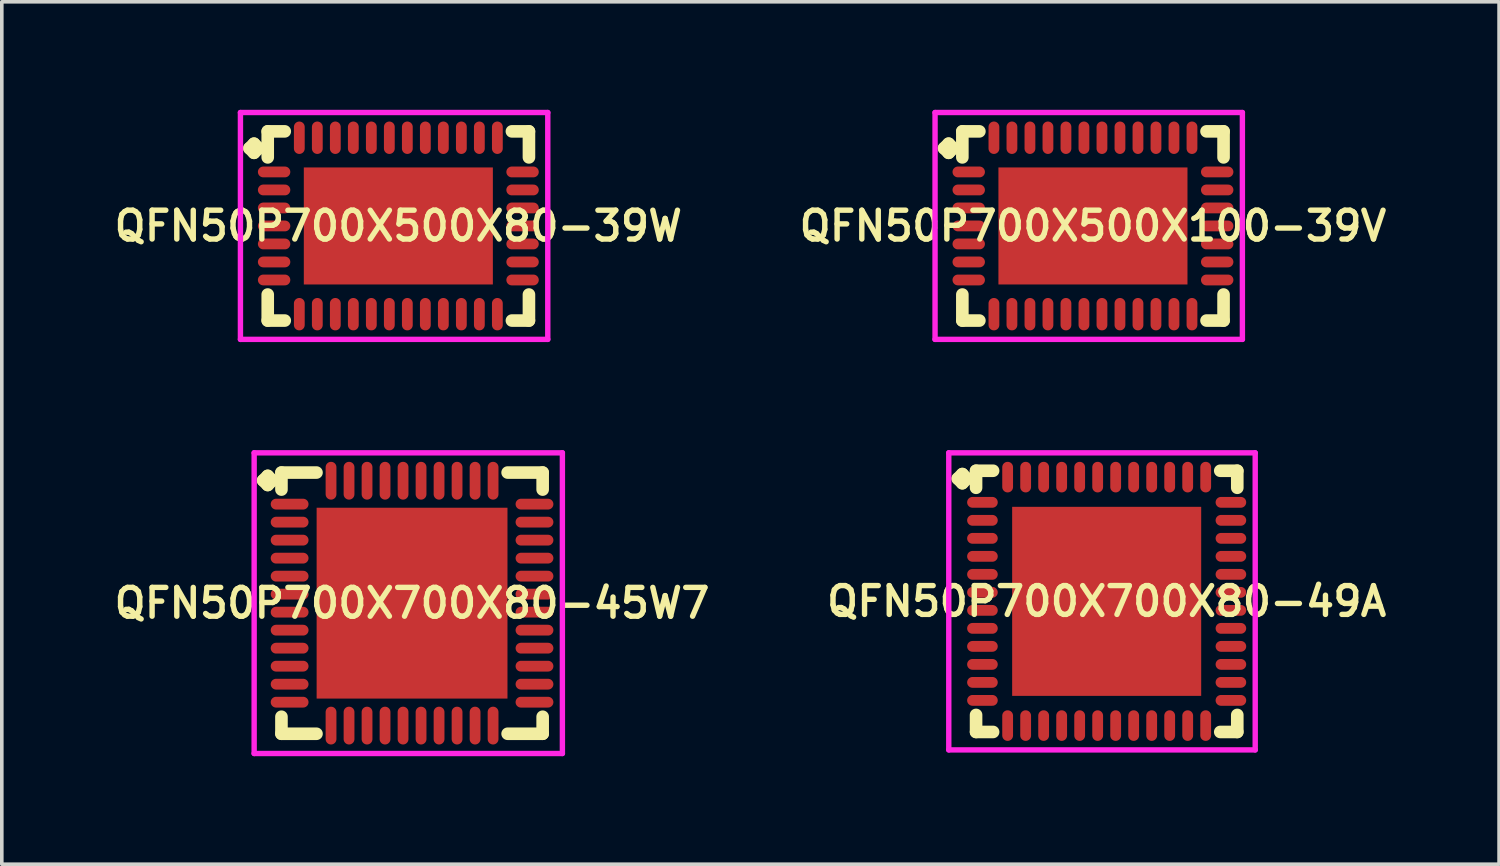
<source format=kicad_pcb>
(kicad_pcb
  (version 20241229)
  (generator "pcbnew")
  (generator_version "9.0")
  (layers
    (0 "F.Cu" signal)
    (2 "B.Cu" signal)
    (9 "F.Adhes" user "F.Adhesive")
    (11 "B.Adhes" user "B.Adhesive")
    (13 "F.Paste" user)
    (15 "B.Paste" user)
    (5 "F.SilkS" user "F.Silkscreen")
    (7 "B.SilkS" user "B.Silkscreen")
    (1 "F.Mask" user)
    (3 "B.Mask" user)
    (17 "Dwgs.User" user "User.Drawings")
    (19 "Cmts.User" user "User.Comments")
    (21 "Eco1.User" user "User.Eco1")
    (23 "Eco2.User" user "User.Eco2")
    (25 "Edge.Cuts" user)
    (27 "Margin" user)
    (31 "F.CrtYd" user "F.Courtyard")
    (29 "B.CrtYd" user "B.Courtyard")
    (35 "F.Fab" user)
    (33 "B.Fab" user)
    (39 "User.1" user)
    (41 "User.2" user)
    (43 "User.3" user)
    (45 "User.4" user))
  (footprint "QFN50P700X700X80-45W7"
    (layer "F.Cu")
    (at 8.393 13.7)
    (property "Reference" "QFN50P700X700X80-45W7" (at 0 0 0) (layer "F.SilkS") (effects (font (size 0.8 0.8) (thickness 0.15))))
    (attr smd)
    (fp_line (start -4.135 -3.408) (end -4.008 -3.535) (stroke (width 0.35) (type solid)) (layer "F.SilkS"))
    (fp_line (start -4.008 -3.535) (end -3.881 -3.408) (stroke (width 0.35) (type solid)) (layer "F.SilkS"))
    (fp_line (start -4.008 -3.281) (end -4.135 -3.408) (stroke (width 0.35) (type solid)) (layer "F.SilkS"))
    (fp_line (start -3.881 -3.408) (end -4.008 -3.281) (stroke (width 0.35) (type solid)) (layer "F.SilkS"))
    (fp_line (start -3.627 -3.627) (end -2.654 -3.627) (stroke (width 0.35) (type solid)) (layer "F.SilkS"))
    (fp_line (start -3.627 -3.154) (end -3.627 -3.627) (stroke (width 0.35) (type solid)) (layer "F.SilkS"))
    (fp_line (start -3.627 3.154) (end -3.627 3.627) (stroke (width 0.35) (type solid)) (layer "F.SilkS"))
    (fp_line (start -3.627 3.627) (end -2.654 3.627) (stroke (width 0.35) (type solid)) (layer "F.SilkS"))
    (fp_line (start 2.654 -3.627) (end 3.627 -3.627) (stroke (width 0.35) (type solid)) (layer "F.SilkS"))
    (fp_line (start 2.654 3.627) (end 3.627 3.627) (stroke (width 0.35) (type solid)) (layer "F.SilkS"))
    (fp_line (start 3.627 -3.627) (end 3.627 -3.154) (stroke (width 0.35) (type solid)) (layer "F.SilkS"))
    (fp_line (start 3.627 3.627) (end 3.627 3.154) (stroke (width 0.35) (type solid)) (layer "F.SilkS"))
    (fp_line (start -4.385 -4.175) (end 4.175 -4.175) (stroke (width 0.15) (type solid)) (layer "F.CrtYd"))
    (fp_line (start -4.385 4.175) (end -4.385 -4.175) (stroke (width 0.15) (type solid)) (layer "F.CrtYd"))
    (fp_line (start 4.175 -4.175) (end 4.175 4.175) (stroke (width 0.15) (type solid)) (layer "F.CrtYd"))
    (fp_line (start 4.175 4.175) (end -4.385 4.175) (stroke (width 0.15) (type solid)) (layer "F.CrtYd"))
    (pad "1" smd oval (at -3.4 -2.75) (size 1.05 0.3) (layers "F.Cu" "F.Mask" "F.Paste"))
    (pad "2" smd oval (at -3.4 -2.25) (size 1.05 0.3) (layers "F.Cu" "F.Mask" "F.Paste"))
    (pad "3" smd oval (at -3.4 -1.75) (size 1.05 0.3) (layers "F.Cu" "F.Mask" "F.Paste"))
    (pad "4" smd oval (at -3.4 -1.25) (size 1.05 0.3) (layers "F.Cu" "F.Mask" "F.Paste"))
    (pad "5" smd oval (at -3.4 -0.75) (size 1.05 0.3) (layers "F.Cu" "F.Mask" "F.Paste"))
    (pad "6" smd oval (at -3.4 -0.25) (size 1.05 0.3) (layers "F.Cu" "F.Mask" "F.Paste"))
    (pad "7" smd oval (at -3.4 0.25) (size 1.05 0.3) (layers "F.Cu" "F.Mask" "F.Paste"))
    (pad "8" smd oval (at -3.4 0.75) (size 1.05 0.3) (layers "F.Cu" "F.Mask" "F.Paste"))
    (pad "9" smd oval (at -3.4 1.25) (size 1.05 0.3) (layers "F.Cu" "F.Mask" "F.Paste"))
    (pad "10" smd oval (at -3.4 1.75) (size 1.05 0.3) (layers "F.Cu" "F.Mask" "F.Paste"))
    (pad "11" smd oval (at -3.4 2.25) (size 1.05 0.3) (layers "F.Cu" "F.Mask" "F.Paste"))
    (pad "12" smd oval (at -3.4 2.75) (size 1.05 0.3) (layers "F.Cu" "F.Mask" "F.Paste"))
    (pad "13" smd oval (at -2.25 3.4) (size 0.3 1.05) (layers "F.Cu" "F.Mask" "F.Paste"))
    (pad "14" smd oval (at -1.75 3.4) (size 0.3 1.05) (layers "F.Cu" "F.Mask" "F.Paste"))
    (pad "15" smd oval (at -1.25 3.4) (size 0.3 1.05) (layers "F.Cu" "F.Mask" "F.Paste"))
    (pad "16" smd oval (at -0.75 3.4) (size 0.3 1.05) (layers "F.Cu" "F.Mask" "F.Paste"))
    (pad "17" smd oval (at -0.25 3.4) (size 0.3 1.05) (layers "F.Cu" "F.Mask" "F.Paste"))
    (pad "18" smd oval (at 0.25 3.4) (size 0.3 1.05) (layers "F.Cu" "F.Mask" "F.Paste"))
    (pad "19" smd oval (at 0.75 3.4) (size 0.3 1.05) (layers "F.Cu" "F.Mask" "F.Paste"))
    (pad "20" smd oval (at 1.25 3.4) (size 0.3 1.05) (layers "F.Cu" "F.Mask" "F.Paste"))
    (pad "21" smd oval (at 1.75 3.4) (size 0.3 1.05) (layers "F.Cu" "F.Mask" "F.Paste"))
    (pad "22" smd oval (at 2.25 3.4) (size 0.3 1.05) (layers "F.Cu" "F.Mask" "F.Paste"))
    (pad "23" smd oval (at 3.4 2.75) (size 1.05 0.3) (layers "F.Cu" "F.Mask" "F.Paste"))
    (pad "24" smd oval (at 3.4 2.25) (size 1.05 0.3) (layers "F.Cu" "F.Mask" "F.Paste"))
    (pad "25" smd oval (at 3.4 1.75) (size 1.05 0.3) (layers "F.Cu" "F.Mask" "F.Paste"))
    (pad "26" smd oval (at 3.4 1.25) (size 1.05 0.3) (layers "F.Cu" "F.Mask" "F.Paste"))
    (pad "27" smd oval (at 3.4 0.75) (size 1.05 0.3) (layers "F.Cu" "F.Mask" "F.Paste"))
    (pad "28" smd oval (at 3.4 0.25) (size 1.05 0.3) (layers "F.Cu" "F.Mask" "F.Paste"))
    (pad "29" smd oval (at 3.4 -0.25) (size 1.05 0.3) (layers "F.Cu" "F.Mask" "F.Paste"))
    (pad "30" smd oval (at 3.4 -0.75) (size 1.05 0.3) (layers "F.Cu" "F.Mask" "F.Paste"))
    (pad "31" smd oval (at 3.4 -1.25) (size 1.05 0.3) (layers "F.Cu" "F.Mask" "F.Paste"))
    (pad "32" smd oval (at 3.4 -1.75) (size 1.05 0.3) (layers "F.Cu" "F.Mask" "F.Paste"))
    (pad "33" smd oval (at 3.4 -2.25) (size 1.05 0.3) (layers "F.Cu" "F.Mask" "F.Paste"))
    (pad "34" smd oval (at 3.4 -2.75) (size 1.05 0.3) (layers "F.Cu" "F.Mask" "F.Paste"))
    (pad "35" smd oval (at 2.25 -3.4) (size 0.3 1.05) (layers "F.Cu" "F.Mask" "F.Paste"))
    (pad "36" smd oval (at 1.75 -3.4) (size 0.3 1.05) (layers "F.Cu" "F.Mask" "F.Paste"))
    (pad "37" smd oval (at 1.25 -3.4) (size 0.3 1.05) (layers "F.Cu" "F.Mask" "F.Paste"))
    (pad "38" smd oval (at 0.75 -3.4) (size 0.3 1.05) (layers "F.Cu" "F.Mask" "F.Paste"))
    (pad "39" smd oval (at 0.25 -3.4) (size 0.3 1.05) (layers "F.Cu" "F.Mask" "F.Paste"))
    (pad "40" smd oval (at -0.25 -3.4) (size 0.3 1.05) (layers "F.Cu" "F.Mask" "F.Paste"))
    (pad "41" smd oval (at -0.75 -3.4) (size 0.3 1.05) (layers "F.Cu" "F.Mask" "F.Paste"))
    (pad "42" smd oval (at -1.25 -3.4) (size 0.3 1.05) (layers "F.Cu" "F.Mask" "F.Paste"))
    (pad "43" smd oval (at -1.75 -3.4) (size 0.3 1.05) (layers "F.Cu" "F.Mask" "F.Paste"))
    (pad "44" smd oval (at -2.25 -3.4) (size 0.3 1.05) (layers "F.Cu" "F.Mask" "F.Paste"))
    (pad "45" smd rect (at 0 0) (size 5.3 5.3) (layers "F.Cu" "F.Mask" "F.Paste")))
  (footprint "QFN50P700X500X80-39W"
    (layer "F.Cu")
    (at 8.012 3.225)
    (property "Reference" "QFN50P700X500X80-39W" (at 0 0 0) (layer "F.SilkS") (effects (font (size 0.8 0.8) (thickness 0.15))))
    (attr through_hole)
    (fp_line (start -4.135 -2.158) (end -4.008 -2.285) (stroke (width 0.35) (type solid)) (layer "F.SilkS"))
    (fp_line (start -4.008 -2.285) (end -3.881 -2.158) (stroke (width 0.35) (type solid)) (layer "F.SilkS"))
    (fp_line (start -4.008 -2.031) (end -4.135 -2.158) (stroke (width 0.35) (type solid)) (layer "F.SilkS"))
    (fp_line (start -3.881 -2.158) (end -4.008 -2.031) (stroke (width 0.35) (type solid)) (layer "F.SilkS"))
    (fp_line (start -3.627 -2.627) (end -3.154 -2.627) (stroke (width 0.35) (type solid)) (layer "F.SilkS"))
    (fp_line (start -3.627 -1.904) (end -3.627 -2.627) (stroke (width 0.35) (type solid)) (layer "F.SilkS"))
    (fp_line (start -3.627 1.904) (end -3.627 2.627) (stroke (width 0.35) (type solid)) (layer "F.SilkS"))
    (fp_line (start -3.627 2.627) (end -3.154 2.627) (stroke (width 0.35) (type solid)) (layer "F.SilkS"))
    (fp_line (start 3.154 -2.627) (end 3.627 -2.627) (stroke (width 0.35) (type solid)) (layer "F.SilkS"))
    (fp_line (start 3.154 2.627) (end 3.627 2.627) (stroke (width 0.35) (type solid)) (layer "F.SilkS"))
    (fp_line (start 3.627 -2.627) (end 3.627 -1.904) (stroke (width 0.35) (type solid)) (layer "F.SilkS"))
    (fp_line (start 3.627 2.627) (end 3.627 1.904) (stroke (width 0.35) (type solid)) (layer "F.SilkS"))
    (fp_line (start -4.385 -3.15) (end 4.15 -3.15) (stroke (width 0.15) (type solid)) (layer "F.CrtYd"))
    (fp_line (start -4.385 3.15) (end -4.385 -3.15) (stroke (width 0.15) (type solid)) (layer "F.CrtYd"))
    (fp_line (start 4.15 -3.15) (end 4.15 3.15) (stroke (width 0.15) (type solid)) (layer "F.CrtYd"))
    (fp_line (start 4.15 3.15) (end -4.385 3.15) (stroke (width 0.15) (type solid)) (layer "F.CrtYd"))
    (pad "1" smd oval (at -3.45 -1.5) (size 0.9 0.3) (layers "F.Cu" "F.Mask" "F.Paste"))
    (pad "2" smd oval (at -3.45 -1) (size 0.9 0.3) (layers "F.Cu" "F.Mask" "F.Paste"))
    (pad "3" smd oval (at -3.45 -0.5) (size 0.9 0.3) (layers "F.Cu" "F.Mask" "F.Paste"))
    (pad "4" smd oval (at -3.45 0) (size 0.9 0.3) (layers "F.Cu" "F.Mask" "F.Paste"))
    (pad "5" smd oval (at -3.45 0.5) (size 0.9 0.3) (layers "F.Cu" "F.Mask" "F.Paste"))
    (pad "6" smd oval (at -3.45 1) (size 0.9 0.3) (layers "F.Cu" "F.Mask" "F.Paste"))
    (pad "7" smd oval (at -3.45 1.5) (size 0.9 0.3) (layers "F.Cu" "F.Mask" "F.Paste"))
    (pad "8" smd oval (at -2.75 2.45) (size 0.3 0.9) (layers "F.Cu" "F.Mask" "F.Paste"))
    (pad "9" smd oval (at -2.25 2.45) (size 0.3 0.9) (layers "F.Cu" "F.Mask" "F.Paste"))
    (pad "10" smd oval (at -1.75 2.45) (size 0.3 0.9) (layers "F.Cu" "F.Mask" "F.Paste"))
    (pad "11" smd oval (at -1.25 2.45) (size 0.3 0.9) (layers "F.Cu" "F.Mask" "F.Paste"))
    (pad "12" smd oval (at -0.75 2.45) (size 0.3 0.9) (layers "F.Cu" "F.Mask" "F.Paste"))
    (pad "13" smd oval (at -0.25 2.45) (size 0.3 0.9) (layers "F.Cu" "F.Mask" "F.Paste"))
    (pad "14" smd oval (at 0.25 2.45) (size 0.3 0.9) (layers "F.Cu" "F.Mask" "F.Paste"))
    (pad "15" smd oval (at 0.75 2.45) (size 0.3 0.9) (layers "F.Cu" "F.Mask" "F.Paste"))
    (pad "16" smd oval (at 1.25 2.45) (size 0.3 0.9) (layers "F.Cu" "F.Mask" "F.Paste"))
    (pad "17" smd oval (at 1.75 2.45) (size 0.3 0.9) (layers "F.Cu" "F.Mask" "F.Paste"))
    (pad "18" smd oval (at 2.25 2.45) (size 0.3 0.9) (layers "F.Cu" "F.Mask" "F.Paste"))
    (pad "19" smd oval (at 2.75 2.45) (size 0.3 0.9) (layers "F.Cu" "F.Mask" "F.Paste"))
    (pad "20" smd oval (at 3.45 1.5) (size 0.9 0.3) (layers "F.Cu" "F.Mask" "F.Paste"))
    (pad "21" smd oval (at 3.45 1) (size 0.9 0.3) (layers "F.Cu" "F.Mask" "F.Paste"))
    (pad "22" smd oval (at 3.45 0.5) (size 0.9 0.3) (layers "F.Cu" "F.Mask" "F.Paste"))
    (pad "23" smd oval (at 3.45 0) (size 0.9 0.3) (layers "F.Cu" "F.Mask" "F.Paste"))
    (pad "24" smd oval (at 3.45 -0.5) (size 0.9 0.3) (layers "F.Cu" "F.Mask" "F.Paste"))
    (pad "25" smd oval (at 3.45 -1) (size 0.9 0.3) (layers "F.Cu" "F.Mask" "F.Paste"))
    (pad "26" smd oval (at 3.45 -1.5) (size 0.9 0.3) (layers "F.Cu" "F.Mask" "F.Paste"))
    (pad "27" smd oval (at 2.75 -2.45) (size 0.3 0.9) (layers "F.Cu" "F.Mask" "F.Paste"))
    (pad "28" smd oval (at 2.25 -2.45) (size 0.3 0.9) (layers "F.Cu" "F.Mask" "F.Paste"))
    (pad "29" smd oval (at 1.75 -2.45) (size 0.3 0.9) (layers "F.Cu" "F.Mask" "F.Paste"))
    (pad "30" smd oval (at 1.25 -2.45) (size 0.3 0.9) (layers "F.Cu" "F.Mask" "F.Paste"))
    (pad "31" smd oval (at 0.75 -2.45) (size 0.3 0.9) (layers "F.Cu" "F.Mask" "F.Paste"))
    (pad "32" smd oval (at 0.25 -2.45) (size 0.3 0.9) (layers "F.Cu" "F.Mask" "F.Paste"))
    (pad "33" smd oval (at -0.25 -2.45) (size 0.3 0.9) (layers "F.Cu" "F.Mask" "F.Paste"))
    (pad "34" smd oval (at -0.75 -2.45) (size 0.3 0.9) (layers "F.Cu" "F.Mask" "F.Paste"))
    (pad "35" smd oval (at -1.25 -2.45) (size 0.3 0.9) (layers "F.Cu" "F.Mask" "F.Paste"))
    (pad "36" smd oval (at -1.75 -2.45) (size 0.3 0.9) (layers "F.Cu" "F.Mask" "F.Paste"))
    (pad "37" smd oval (at -2.25 -2.45) (size 0.3 0.9) (layers "F.Cu" "F.Mask" "F.Paste"))
    (pad "38" smd oval (at -2.75 -2.45) (size 0.3 0.9) (layers "F.Cu" "F.Mask" "F.Paste"))
    (pad "39" smd rect (at 0 0) (size 5.25 3.25) (layers "F.Cu" "F.Mask" "F.Paste")))
  (footprint "QFN50P700X500X100-39V"
    (layer "F.Cu")
    (at 27.302 3.225)
    (property "Reference" "QFN50P700X500X100-39V" (at 0 0 0) (layer "F.SilkS") (effects (font (size 0.8 0.8) (thickness 0.15))))
    (attr smd)
    (fp_line (start -4.135 -2.158) (end -4.008 -2.285) (stroke (width 0.35) (type solid)) (layer "F.SilkS"))
    (fp_line (start -4.008 -2.285) (end -3.881 -2.158) (stroke (width 0.35) (type solid)) (layer "F.SilkS"))
    (fp_line (start -4.008 -2.031) (end -4.135 -2.158) (stroke (width 0.35) (type solid)) (layer "F.SilkS"))
    (fp_line (start -3.881 -2.158) (end -4.008 -2.031) (stroke (width 0.35) (type solid)) (layer "F.SilkS"))
    (fp_line (start -3.627 -2.627) (end -3.154 -2.627) (stroke (width 0.35) (type solid)) (layer "F.SilkS"))
    (fp_line (start -3.627 -1.904) (end -3.627 -2.627) (stroke (width 0.35) (type solid)) (layer "F.SilkS"))
    (fp_line (start -3.627 1.904) (end -3.627 2.627) (stroke (width 0.35) (type solid)) (layer "F.SilkS"))
    (fp_line (start -3.627 2.627) (end -3.154 2.627) (stroke (width 0.35) (type solid)) (layer "F.SilkS"))
    (fp_line (start 3.154 -2.627) (end 3.627 -2.627) (stroke (width 0.35) (type solid)) (layer "F.SilkS"))
    (fp_line (start 3.154 2.627) (end 3.627 2.627) (stroke (width 0.35) (type solid)) (layer "F.SilkS"))
    (fp_line (start 3.627 -2.627) (end 3.627 -1.904) (stroke (width 0.35) (type solid)) (layer "F.SilkS"))
    (fp_line (start 3.627 2.627) (end 3.627 1.904) (stroke (width 0.35) (type solid)) (layer "F.SilkS"))
    (fp_line (start -4.385 -3.15) (end 4.15 -3.15) (stroke (width 0.15) (type solid)) (layer "F.CrtYd"))
    (fp_line (start -4.385 3.15) (end -4.385 -3.15) (stroke (width 0.15) (type solid)) (layer "F.CrtYd"))
    (fp_line (start 4.15 -3.15) (end 4.15 3.15) (stroke (width 0.15) (type solid)) (layer "F.CrtYd"))
    (fp_line (start 4.15 3.15) (end -4.385 3.15) (stroke (width 0.15) (type solid)) (layer "F.CrtYd"))
    (pad "1" smd oval (at -3.45 -1.5) (size 0.9 0.3) (layers "F.Cu" "F.Mask" "F.Paste"))
    (pad "2" smd oval (at -3.45 -1) (size 0.9 0.3) (layers "F.Cu" "F.Mask" "F.Paste"))
    (pad "3" smd oval (at -3.45 -0.5) (size 0.9 0.3) (layers "F.Cu" "F.Mask" "F.Paste"))
    (pad "4" smd oval (at -3.45 0) (size 0.9 0.3) (layers "F.Cu" "F.Mask" "F.Paste"))
    (pad "5" smd oval (at -3.45 0.5) (size 0.9 0.3) (layers "F.Cu" "F.Mask" "F.Paste"))
    (pad "6" smd oval (at -3.45 1) (size 0.9 0.3) (layers "F.Cu" "F.Mask" "F.Paste"))
    (pad "7" smd oval (at -3.45 1.5) (size 0.9 0.3) (layers "F.Cu" "F.Mask" "F.Paste"))
    (pad "8" smd oval (at -2.75 2.45) (size 0.3 0.9) (layers "F.Cu" "F.Mask" "F.Paste"))
    (pad "9" smd oval (at -2.25 2.45) (size 0.3 0.9) (layers "F.Cu" "F.Mask" "F.Paste"))
    (pad "10" smd oval (at -1.75 2.45) (size 0.3 0.9) (layers "F.Cu" "F.Mask" "F.Paste"))
    (pad "11" smd oval (at -1.25 2.45) (size 0.3 0.9) (layers "F.Cu" "F.Mask" "F.Paste"))
    (pad "12" smd oval (at -0.75 2.45) (size 0.3 0.9) (layers "F.Cu" "F.Mask" "F.Paste"))
    (pad "13" smd oval (at -0.25 2.45) (size 0.3 0.9) (layers "F.Cu" "F.Mask" "F.Paste"))
    (pad "14" smd oval (at 0.25 2.45) (size 0.3 0.9) (layers "F.Cu" "F.Mask" "F.Paste"))
    (pad "15" smd oval (at 0.75 2.45) (size 0.3 0.9) (layers "F.Cu" "F.Mask" "F.Paste"))
    (pad "16" smd oval (at 1.25 2.45) (size 0.3 0.9) (layers "F.Cu" "F.Mask" "F.Paste"))
    (pad "17" smd oval (at 1.75 2.45) (size 0.3 0.9) (layers "F.Cu" "F.Mask" "F.Paste"))
    (pad "18" smd oval (at 2.25 2.45) (size 0.3 0.9) (layers "F.Cu" "F.Mask" "F.Paste"))
    (pad "19" smd oval (at 2.75 2.45) (size 0.3 0.9) (layers "F.Cu" "F.Mask" "F.Paste"))
    (pad "20" smd oval (at 3.45 1.5) (size 0.9 0.3) (layers "F.Cu" "F.Mask" "F.Paste"))
    (pad "21" smd oval (at 3.45 1) (size 0.9 0.3) (layers "F.Cu" "F.Mask" "F.Paste"))
    (pad "22" smd oval (at 3.45 0.5) (size 0.9 0.3) (layers "F.Cu" "F.Mask" "F.Paste"))
    (pad "23" smd oval (at 3.45 0) (size 0.9 0.3) (layers "F.Cu" "F.Mask" "F.Paste"))
    (pad "24" smd oval (at 3.45 -0.5) (size 0.9 0.3) (layers "F.Cu" "F.Mask" "F.Paste"))
    (pad "25" smd oval (at 3.45 -1) (size 0.9 0.3) (layers "F.Cu" "F.Mask" "F.Paste"))
    (pad "26" smd oval (at 3.45 -1.5) (size 0.9 0.3) (layers "F.Cu" "F.Mask" "F.Paste"))
    (pad "27" smd oval (at 2.75 -2.45) (size 0.3 0.9) (layers "F.Cu" "F.Mask" "F.Paste"))
    (pad "28" smd oval (at 2.25 -2.45) (size 0.3 0.9) (layers "F.Cu" "F.Mask" "F.Paste"))
    (pad "29" smd oval (at 1.75 -2.45) (size 0.3 0.9) (layers "F.Cu" "F.Mask" "F.Paste"))
    (pad "30" smd oval (at 1.25 -2.45) (size 0.3 0.9) (layers "F.Cu" "F.Mask" "F.Paste"))
    (pad "31" smd oval (at 0.75 -2.45) (size 0.3 0.9) (layers "F.Cu" "F.Mask" "F.Paste"))
    (pad "32" smd oval (at 0.25 -2.45) (size 0.3 0.9) (layers "F.Cu" "F.Mask" "F.Paste"))
    (pad "33" smd oval (at -0.25 -2.45) (size 0.3 0.9) (layers "F.Cu" "F.Mask" "F.Paste"))
    (pad "34" smd oval (at -0.75 -2.45) (size 0.3 0.9) (layers "F.Cu" "F.Mask" "F.Paste"))
    (pad "35" smd oval (at -1.25 -2.45) (size 0.3 0.9) (layers "F.Cu" "F.Mask" "F.Paste"))
    (pad "36" smd oval (at -1.75 -2.45) (size 0.3 0.9) (layers "F.Cu" "F.Mask" "F.Paste"))
    (pad "37" smd oval (at -2.25 -2.45) (size 0.3 0.9) (layers "F.Cu" "F.Mask" "F.Paste"))
    (pad "38" smd oval (at -2.75 -2.45) (size 0.3 0.9) (layers "F.Cu" "F.Mask" "F.Paste"))
    (pad "39" smd rect (at 0 0) (size 5.25 3.25) (layers "F.Cu" "F.Mask" "F.Paste")))
  (footprint "QFN50P700X700X80-49A"
    (layer "F.Cu")
    (at 27.683 13.65)
    (property "Reference" "QFN50P700X700X80-49A" (at 0 0 0) (layer "F.SilkS") (effects (font (size 0.8 0.8) (thickness 0.15))))
    (attr smd)
    (fp_line (start -4.135 -3.408) (end -4.008 -3.535) (stroke (width 0.35) (type solid)) (layer "F.SilkS"))
    (fp_line (start -4.008 -3.535) (end -3.881 -3.408) (stroke (width 0.35) (type solid)) (layer "F.SilkS"))
    (fp_line (start -4.008 -3.281) (end -4.135 -3.408) (stroke (width 0.35) (type solid)) (layer "F.SilkS"))
    (fp_line (start -3.881 -3.408) (end -4.008 -3.281) (stroke (width 0.35) (type solid)) (layer "F.SilkS"))
    (fp_line (start -3.627 -3.627) (end -3.154 -3.627) (stroke (width 0.35) (type solid)) (layer "F.SilkS"))
    (fp_line (start -3.627 -3.154) (end -3.627 -3.627) (stroke (width 0.35) (type solid)) (layer "F.SilkS"))
    (fp_line (start -3.627 3.154) (end -3.627 3.627) (stroke (width 0.35) (type solid)) (layer "F.SilkS"))
    (fp_line (start -3.627 3.627) (end -3.154 3.627) (stroke (width 0.35) (type solid)) (layer "F.SilkS"))
    (fp_line (start 3.154 -3.627) (end 3.627 -3.627) (stroke (width 0.35) (type solid)) (layer "F.SilkS"))
    (fp_line (start 3.154 3.627) (end 3.627 3.627) (stroke (width 0.35) (type solid)) (layer "F.SilkS"))
    (fp_line (start 3.627 -3.627) (end 3.627 -3.154) (stroke (width 0.35) (type solid)) (layer "F.SilkS"))
    (fp_line (start 3.627 3.627) (end 3.627 3.154) (stroke (width 0.35) (type solid)) (layer "F.SilkS"))
    (fp_line (start -4.385 -4.125) (end 4.125 -4.125) (stroke (width 0.15) (type solid)) (layer "F.CrtYd"))
    (fp_line (start -4.385 4.125) (end -4.385 -4.125) (stroke (width 0.15) (type solid)) (layer "F.CrtYd"))
    (fp_line (start 4.125 -4.125) (end 4.125 4.125) (stroke (width 0.15) (type solid)) (layer "F.CrtYd"))
    (fp_line (start 4.125 4.125) (end -4.385 4.125) (stroke (width 0.15) (type solid)) (layer "F.CrtYd"))
    (pad "1" smd oval (at -3.45 -2.75) (size 0.85 0.3) (layers "F.Cu" "F.Mask" "F.Paste"))
    (pad "2" smd oval (at -3.45 -2.25) (size 0.85 0.3) (layers "F.Cu" "F.Mask" "F.Paste"))
    (pad "3" smd oval (at -3.45 -1.75) (size 0.85 0.3) (layers "F.Cu" "F.Mask" "F.Paste"))
    (pad "4" smd oval (at -3.45 -1.25) (size 0.85 0.3) (layers "F.Cu" "F.Mask" "F.Paste"))
    (pad "5" smd oval (at -3.45 -0.75) (size 0.85 0.3) (layers "F.Cu" "F.Mask" "F.Paste"))
    (pad "6" smd oval (at -3.45 -0.25) (size 0.85 0.3) (layers "F.Cu" "F.Mask" "F.Paste"))
    (pad "7" smd oval (at -3.45 0.25) (size 0.85 0.3) (layers "F.Cu" "F.Mask" "F.Paste"))
    (pad "8" smd oval (at -3.45 0.75) (size 0.85 0.3) (layers "F.Cu" "F.Mask" "F.Paste"))
    (pad "9" smd oval (at -3.45 1.25) (size 0.85 0.3) (layers "F.Cu" "F.Mask" "F.Paste"))
    (pad "10" smd oval (at -3.45 1.75) (size 0.85 0.3) (layers "F.Cu" "F.Mask" "F.Paste"))
    (pad "11" smd oval (at -3.45 2.25) (size 0.85 0.3) (layers "F.Cu" "F.Mask" "F.Paste"))
    (pad "12" smd oval (at -3.45 2.75) (size 0.85 0.3) (layers "F.Cu" "F.Mask" "F.Paste"))
    (pad "13" smd oval (at -2.75 3.45) (size 0.3 0.85) (layers "F.Cu" "F.Mask" "F.Paste"))
    (pad "14" smd oval (at -2.25 3.45) (size 0.3 0.85) (layers "F.Cu" "F.Mask" "F.Paste"))
    (pad "15" smd oval (at -1.75 3.45) (size 0.3 0.85) (layers "F.Cu" "F.Mask" "F.Paste"))
    (pad "16" smd oval (at -1.25 3.45) (size 0.3 0.85) (layers "F.Cu" "F.Mask" "F.Paste"))
    (pad "17" smd oval (at -0.75 3.45) (size 0.3 0.85) (layers "F.Cu" "F.Mask" "F.Paste"))
    (pad "18" smd oval (at -0.25 3.45) (size 0.3 0.85) (layers "F.Cu" "F.Mask" "F.Paste"))
    (pad "19" smd oval (at 0.25 3.45) (size 0.3 0.85) (layers "F.Cu" "F.Mask" "F.Paste"))
    (pad "20" smd oval (at 0.75 3.45) (size 0.3 0.85) (layers "F.Cu" "F.Mask" "F.Paste"))
    (pad "21" smd oval (at 1.25 3.45) (size 0.3 0.85) (layers "F.Cu" "F.Mask" "F.Paste"))
    (pad "22" smd oval (at 1.75 3.45) (size 0.3 0.85) (layers "F.Cu" "F.Mask" "F.Paste"))
    (pad "23" smd oval (at 2.25 3.45) (size 0.3 0.85) (layers "F.Cu" "F.Mask" "F.Paste"))
    (pad "24" smd oval (at 2.75 3.45) (size 0.3 0.85) (layers "F.Cu" "F.Mask" "F.Paste"))
    (pad "25" smd oval (at 3.45 2.75) (size 0.85 0.3) (layers "F.Cu" "F.Mask" "F.Paste"))
    (pad "26" smd oval (at 3.45 2.25) (size 0.85 0.3) (layers "F.Cu" "F.Mask" "F.Paste"))
    (pad "27" smd oval (at 3.45 1.75) (size 0.85 0.3) (layers "F.Cu" "F.Mask" "F.Paste"))
    (pad "28" smd oval (at 3.45 1.25) (size 0.85 0.3) (layers "F.Cu" "F.Mask" "F.Paste"))
    (pad "29" smd oval (at 3.45 0.75) (size 0.85 0.3) (layers "F.Cu" "F.Mask" "F.Paste"))
    (pad "30" smd oval (at 3.45 0.25) (size 0.85 0.3) (layers "F.Cu" "F.Mask" "F.Paste"))
    (pad "31" smd oval (at 3.45 -0.25) (size 0.85 0.3) (layers "F.Cu" "F.Mask" "F.Paste"))
    (pad "32" smd oval (at 3.45 -0.75) (size 0.85 0.3) (layers "F.Cu" "F.Mask" "F.Paste"))
    (pad "33" smd oval (at 3.45 -1.25) (size 0.85 0.3) (layers "F.Cu" "F.Mask" "F.Paste"))
    (pad "34" smd oval (at 3.45 -1.75) (size 0.85 0.3) (layers "F.Cu" "F.Mask" "F.Paste"))
    (pad "35" smd oval (at 3.45 -2.25) (size 0.85 0.3) (layers "F.Cu" "F.Mask" "F.Paste"))
    (pad "36" smd oval (at 3.45 -2.75) (size 0.85 0.3) (layers "F.Cu" "F.Mask" "F.Paste"))
    (pad "37" smd oval (at 2.75 -3.45) (size 0.3 0.85) (layers "F.Cu" "F.Mask" "F.Paste"))
    (pad "38" smd oval (at 2.25 -3.45) (size 0.3 0.85) (layers "F.Cu" "F.Mask" "F.Paste"))
    (pad "39" smd oval (at 1.75 -3.45) (size 0.3 0.85) (layers "F.Cu" "F.Mask" "F.Paste"))
    (pad "40" smd oval (at 1.25 -3.45) (size 0.3 0.85) (layers "F.Cu" "F.Mask" "F.Paste"))
    (pad "41" smd oval (at 0.75 -3.45) (size 0.3 0.85) (layers "F.Cu" "F.Mask" "F.Paste"))
    (pad "42" smd oval (at 0.25 -3.45) (size 0.3 0.85) (layers "F.Cu" "F.Mask" "F.Paste"))
    (pad "43" smd oval (at -0.25 -3.45) (size 0.3 0.85) (layers "F.Cu" "F.Mask" "F.Paste"))
    (pad "44" smd oval (at -0.75 -3.45) (size 0.3 0.85) (layers "F.Cu" "F.Mask" "F.Paste"))
    (pad "45" smd oval (at -1.25 -3.45) (size 0.3 0.85) (layers "F.Cu" "F.Mask" "F.Paste"))
    (pad "46" smd oval (at -1.75 -3.45) (size 0.3 0.85) (layers "F.Cu" "F.Mask" "F.Paste"))
    (pad "47" smd oval (at -2.25 -3.45) (size 0.3 0.85) (layers "F.Cu" "F.Mask" "F.Paste"))
    (pad "48" smd oval (at -2.75 -3.45) (size 0.3 0.85) (layers "F.Cu" "F.Mask" "F.Paste"))
    (pad "49" smd rect (at 0 0) (size 5.25 5.25) (layers "F.Cu" "F.Mask" "F.Paste")))
  (gr_rect
    (start -3 -3)
    (end 38.58 20.95)
    (stroke (width 0.1) (type default))
    (fill no)
    (layer "Edge.Cuts")))
</source>
